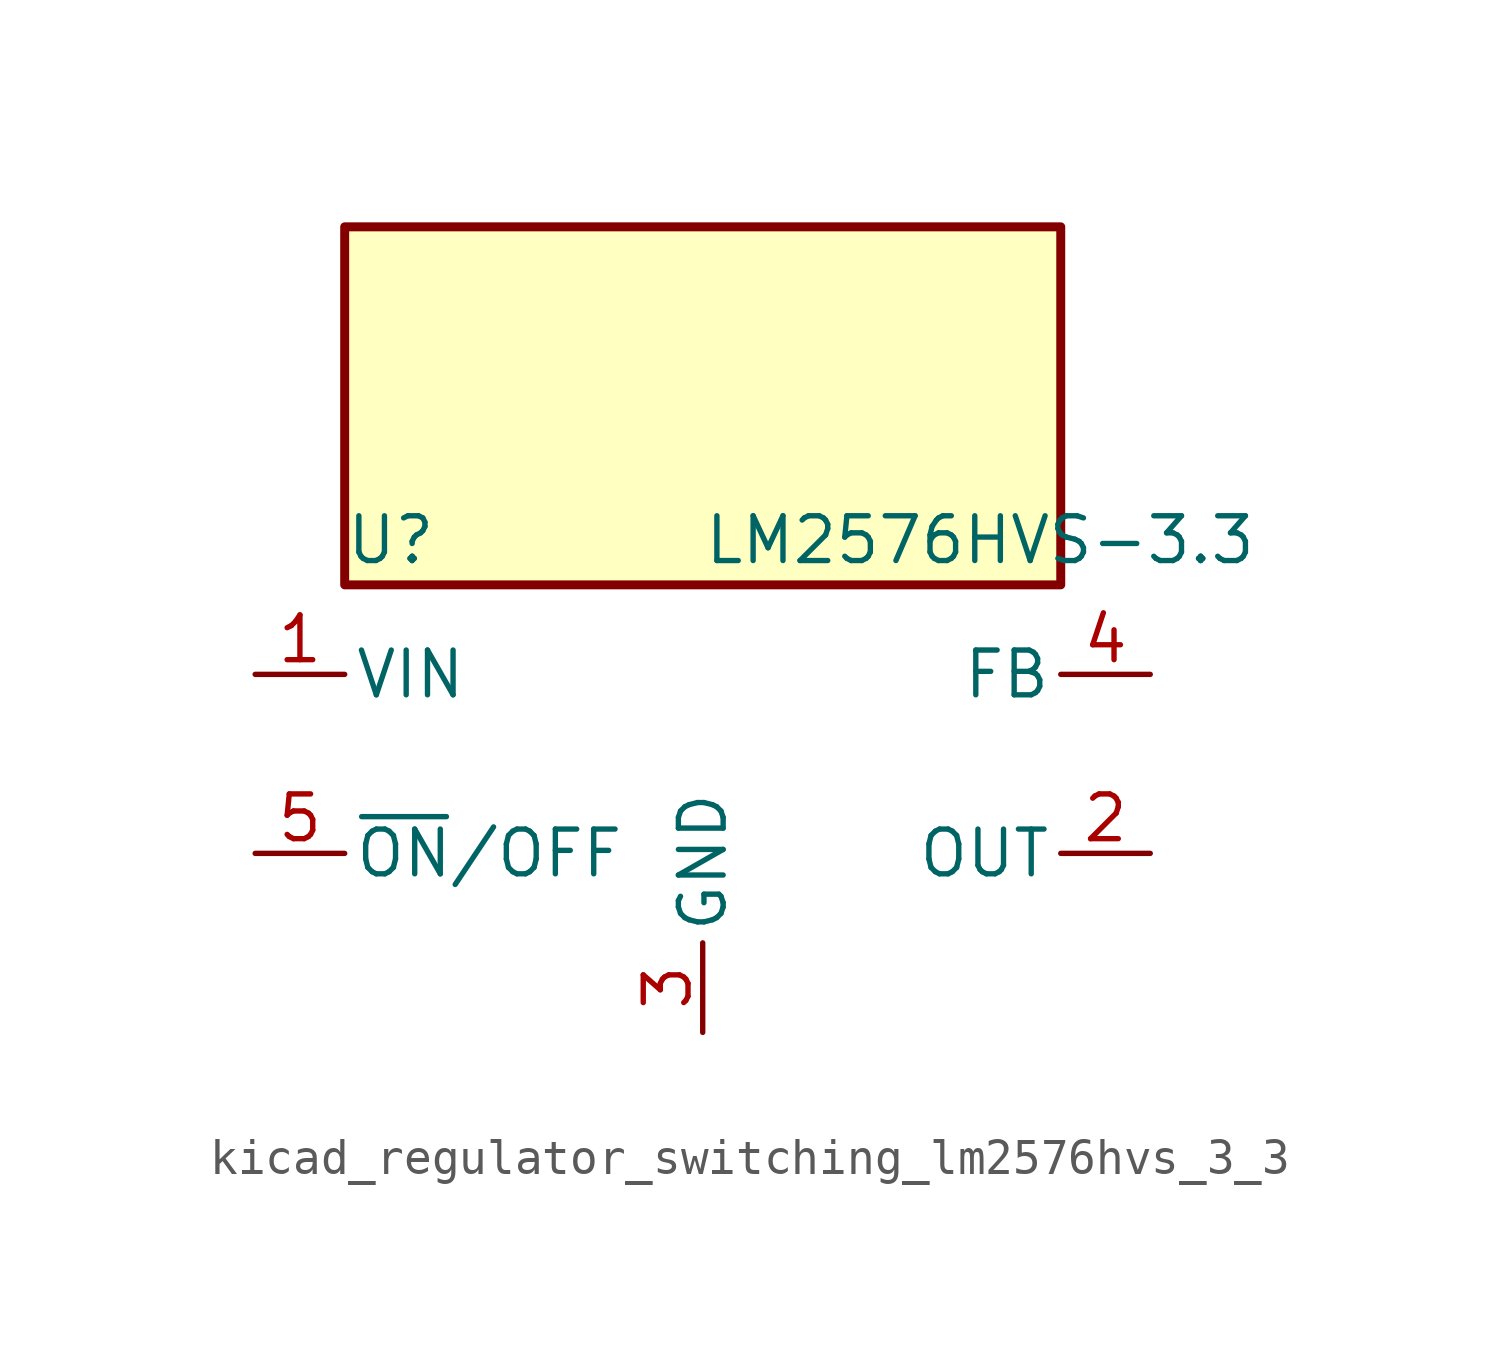
<source format=kicad_sym>
(kicad_symbol_lib
  (version 20220914)
  (generator kicad_symbol_editor)
  (symbol "kicad_regulator_switching_lm2576hvs_3_3"
    (pin_names
      (offset 0.254))
    (property "Reference" "U"
      (at -10.16 6.35 0)
      (effects (font (size 1.27 1.27)) (justify left)))
    (property "Value" "LM2576HVS-3.3"
      (at 0 6.35 0)
      (effects (font (size 1.27 1.27)) (justify left)))
    (symbol "kicad_regulator_switching_lm2576hvs_3_3_0_1"
      (rectangle (start 10.16 15.24) (end -10.16 5.08) (stroke (width 0.254) (type default)) (fill (type background))))
    (symbol "kicad_regulator_switching_lm2576hvs_3_3_1_1"
      (pin power_in line (at -12.7 2.54 0) (length 2.54) (name "VIN" (effects (font (size 1.27 1.27)))) (number "1" (effects (font (size 1.27 1.27)))))
      (pin output line (at 12.7 -2.54 180) (length 2.54) (name "OUT" (effects (font (size 1.27 1.27)))) (number "2" (effects (font (size 1.27 1.27)))))
      (pin power_in line (at 0 -7.62 90) (length 2.54) (name "GND" (effects (font (size 1.27 1.27)))) (number "3" (effects (font (size 1.27 1.27)))))
      (pin input line (at 12.7 2.54 180) (length 2.54) (name "FB" (effects (font (size 1.27 1.27)))) (number "4" (effects (font (size 1.27 1.27)))))
      (pin input line (at -12.7 -2.54 0) (length 2.54) (name "~{ON}/OFF" (effects (font (size 1.27 1.27)))) (number "5" (effects (font (size 1.27 1.27))))))))
</source>
